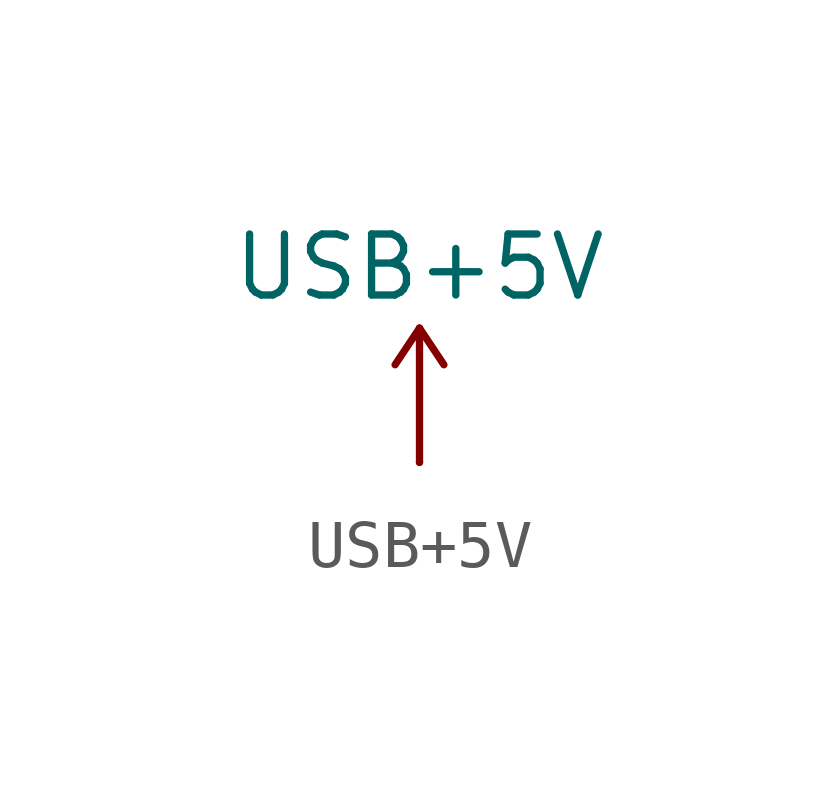
<source format=kicad_sym>
(kicad_symbol_lib
  (version 20231120)
  (generator "kicad_symbol_editor")
  (generator_version "8.0")
  (symbol "USB+5V"
    (power)
    (pin_numbers hide)
    (pin_names
      (offset 0) hide)
    (property "Reference" "#PWR"
      (at 0 -6.35 0)
      (effects (font (size 1.27 1.27)) (hide yes)))
    (property "Value" "USB+5V"
      (at 0 4.064 0)
      (effects (font (size 1.27 1.27))))
    (symbol "USB+5V_0_1"
      (polyline (pts (xy 0 2.794) (xy 0 2.794)) (stroke (width 0) (type default)) (fill (type none)))
      (polyline (pts (xy 0 2.794) (xy 0.508 2.032)) (stroke (width 0) (type default)) (fill (type none)))
      (polyline (pts (xy 0 0) (xy 0 2.794) (xy -0.508 2.032)) (stroke (width 0) (type default)) (fill (type none))))
    (symbol "USB+5V_1_1"
      (pin power_in line (at 0 0 90) (length 0) (name "~" (effects (font (size 1.27 1.27)))) (number "1" (effects (font (size 1.27 1.27))))))))
</source>
